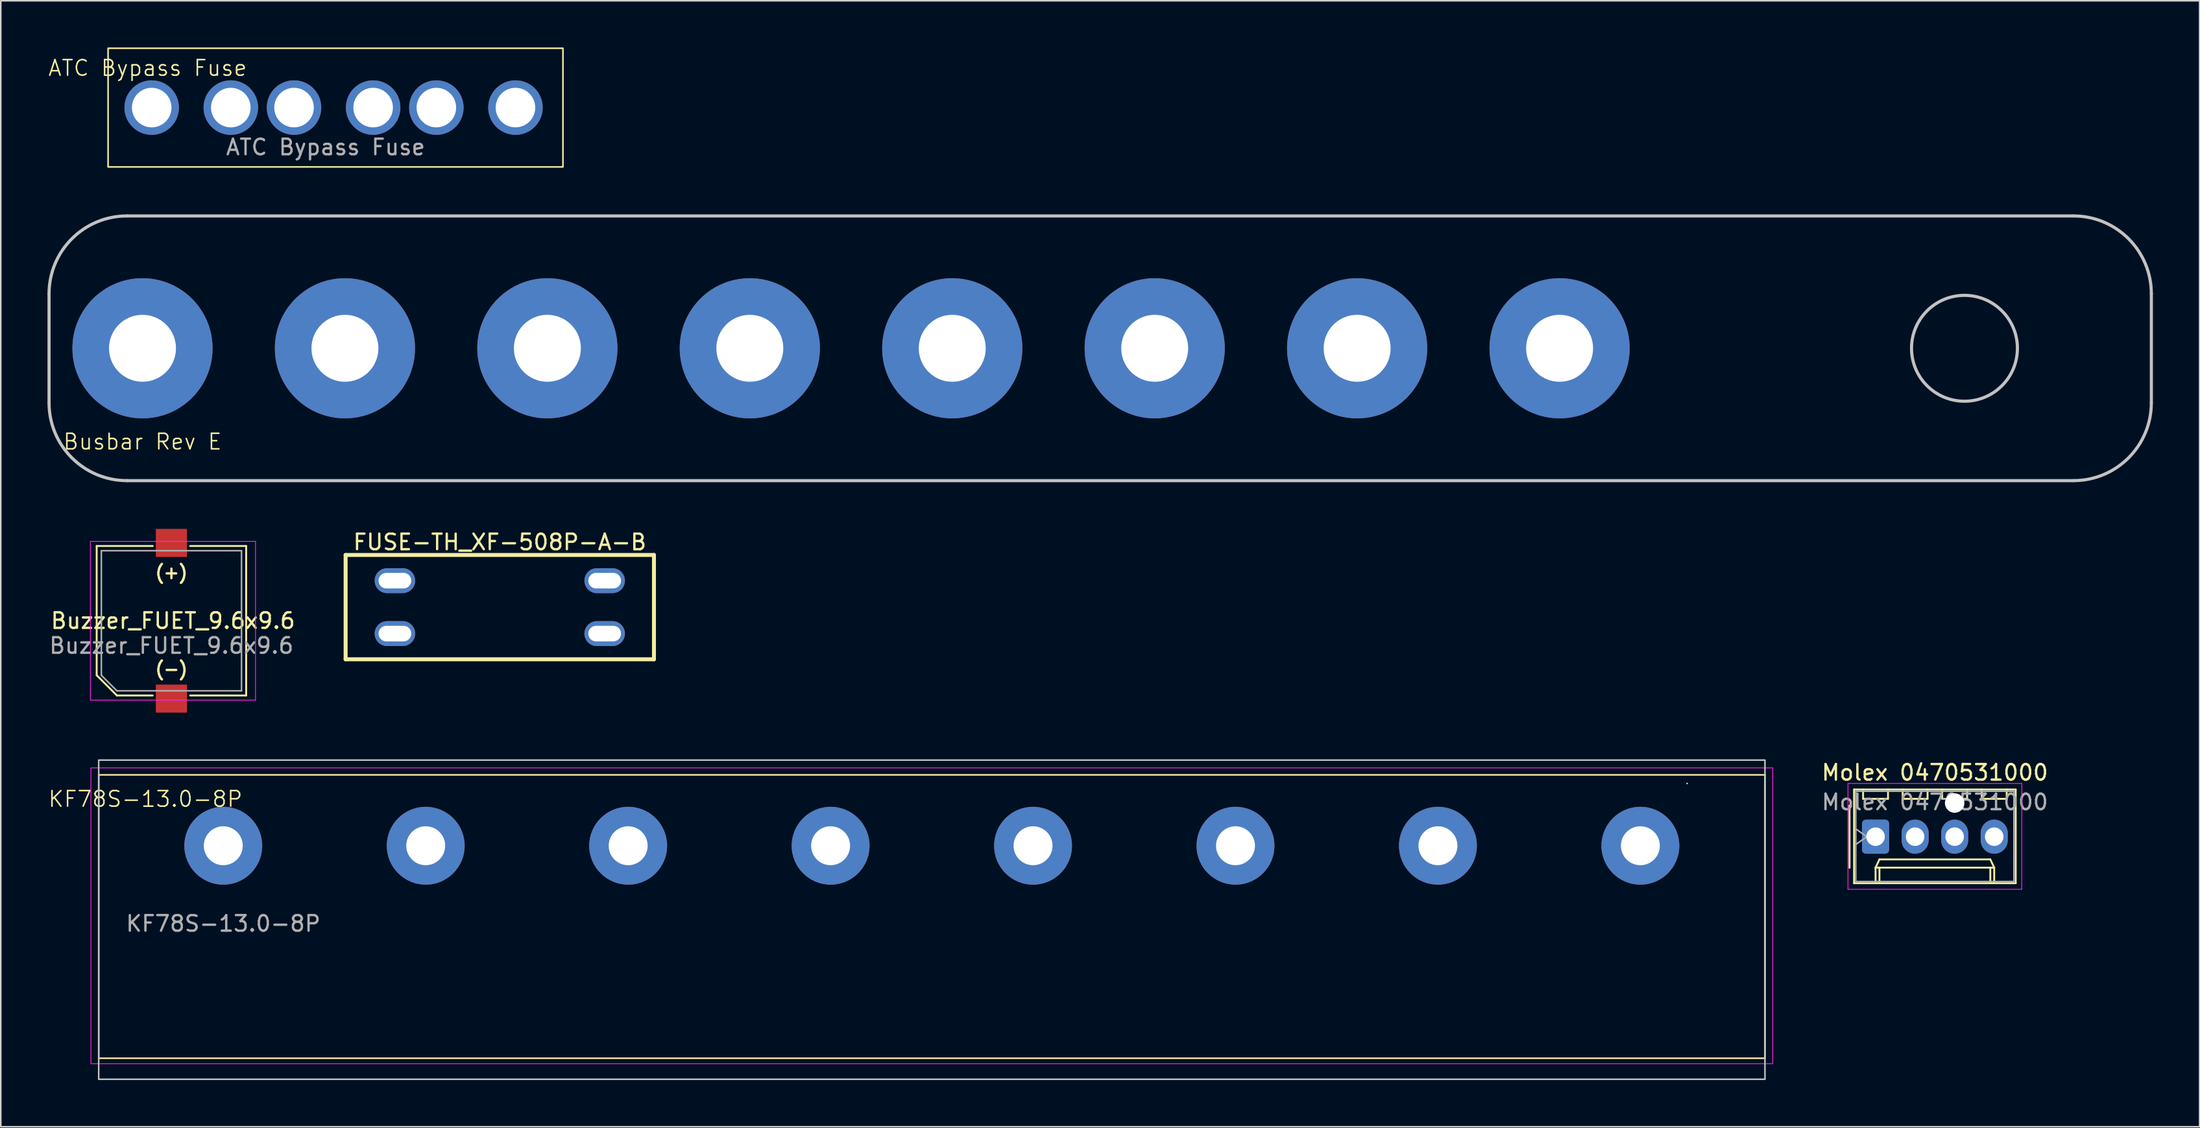
<source format=kicad_pcb>
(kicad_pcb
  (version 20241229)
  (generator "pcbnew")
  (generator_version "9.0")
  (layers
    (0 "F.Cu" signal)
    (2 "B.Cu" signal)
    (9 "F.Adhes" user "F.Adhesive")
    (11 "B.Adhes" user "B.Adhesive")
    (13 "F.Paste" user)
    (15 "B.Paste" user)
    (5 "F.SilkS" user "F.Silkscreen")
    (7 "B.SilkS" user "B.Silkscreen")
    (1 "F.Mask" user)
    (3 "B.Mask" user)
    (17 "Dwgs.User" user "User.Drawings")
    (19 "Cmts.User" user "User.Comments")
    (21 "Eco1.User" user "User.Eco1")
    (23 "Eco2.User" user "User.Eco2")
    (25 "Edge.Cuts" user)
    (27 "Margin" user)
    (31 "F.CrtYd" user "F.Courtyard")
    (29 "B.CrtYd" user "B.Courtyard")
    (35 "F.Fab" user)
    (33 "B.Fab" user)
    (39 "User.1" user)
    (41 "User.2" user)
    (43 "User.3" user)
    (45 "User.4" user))
  (footprint "Molex 0470531000"
    (layer "F.Cu")
    (at 117.39 50.688)
    (property "Reference" "Molex 0470531000" (at 3.81 -4.12 0) (layer "F.SilkS") (effects (font (size 1 1) (thickness 0.15))))
    (attr through_hole)
    (fp_line (start -1.67 -2) (end -1.67 2) (stroke (width 0.12) (type solid)) (layer "F.SilkS"))
    (fp_line (start -1.38 -3.03) (end -1.38 2.99) (stroke (width 0.12) (type solid)) (layer "F.SilkS"))
    (fp_line (start -1.38 2.99) (end 9 2.99) (stroke (width 0.12) (type solid)) (layer "F.SilkS"))
    (fp_line (start -0.8 -3.03) (end -0.8 -2.43) (stroke (width 0.12) (type solid)) (layer "F.SilkS"))
    (fp_line (start -0.8 -2.43) (end 0.8 -2.43) (stroke (width 0.12) (type solid)) (layer "F.SilkS"))
    (fp_line (start 0 1.99) (end 0.25 1.46) (stroke (width 0.12) (type solid)) (layer "F.SilkS"))
    (fp_line (start 0 1.99) (end 7.62 1.99) (stroke (width 0.12) (type solid)) (layer "F.SilkS"))
    (fp_line (start 0 2.99) (end 0 1.99) (stroke (width 0.12) (type solid)) (layer "F.SilkS"))
    (fp_line (start 0.25 1.46) (end 7.37 1.46) (stroke (width 0.12) (type solid)) (layer "F.SilkS"))
    (fp_line (start 0.25 2.99) (end 0.25 1.99) (stroke (width 0.12) (type solid)) (layer "F.SilkS"))
    (fp_line (start 0.8 -2.43) (end 0.8 -3.03) (stroke (width 0.12) (type solid)) (layer "F.SilkS"))
    (fp_line (start 1.74 -3.03) (end 1.74 -2.43) (stroke (width 0.12) (type solid)) (layer "F.SilkS"))
    (fp_line (start 1.74 -2.43) (end 3.34 -2.43) (stroke (width 0.12) (type solid)) (layer "F.SilkS"))
    (fp_line (start 3.34 -2.43) (end 3.34 -3.03) (stroke (width 0.12) (type solid)) (layer "F.SilkS"))
    (fp_line (start 4.28 -3.03) (end 4.28 -2.43) (stroke (width 0.12) (type solid)) (layer "F.SilkS"))
    (fp_line (start 5.88 -2.43) (end 5.88 -3.03) (stroke (width 0.12) (type solid)) (layer "F.SilkS"))
    (fp_line (start 6.82 -3.03) (end 6.82 -2.43) (stroke (width 0.12) (type solid)) (layer "F.SilkS"))
    (fp_line (start 6.82 -2.43) (end 8.42 -2.43) (stroke (width 0.12) (type solid)) (layer "F.SilkS"))
    (fp_line (start 7.37 1.46) (end 7.62 1.99) (stroke (width 0.12) (type solid)) (layer "F.SilkS"))
    (fp_line (start 7.37 2.99) (end 7.37 1.99) (stroke (width 0.12) (type solid)) (layer "F.SilkS"))
    (fp_line (start 7.62 1.99) (end 7.62 2.99) (stroke (width 0.12) (type solid)) (layer "F.SilkS"))
    (fp_line (start 8.42 -2.43) (end 8.42 -3.03) (stroke (width 0.12) (type solid)) (layer "F.SilkS"))
    (fp_line (start 9 -3.03) (end -1.38 -3.03) (stroke (width 0.12) (type solid)) (layer "F.SilkS"))
    (fp_line (start 9 2.99) (end 9 -3.03) (stroke (width 0.12) (type solid)) (layer "F.SilkS"))
    (fp_line (start 4.28 -2.43) (end 5.88 -2.43) (stroke (width 0.12) (type solid)) (layer "Dwgs.User"))
    (fp_line (start -1.77 -3.42) (end -1.77 3.38) (stroke (width 0.05) (type solid)) (layer "F.CrtYd"))
    (fp_line (start -1.77 3.38) (end 9.39 3.38) (stroke (width 0.05) (type solid)) (layer "F.CrtYd"))
    (fp_line (start 9.39 -3.42) (end -1.77 -3.42) (stroke (width 0.05) (type solid)) (layer "F.CrtYd"))
    (fp_line (start 9.39 3.38) (end 9.39 -3.42) (stroke (width 0.05) (type solid)) (layer "F.CrtYd"))
    (fp_line (start -1.27 -2.92) (end -1.27 2.88) (stroke (width 0.1) (type solid)) (layer "F.Fab"))
    (fp_line (start -1.27 -0.5) (end -0.563 0) (stroke (width 0.1) (type solid)) (layer "F.Fab"))
    (fp_line (start -1.27 2.88) (end 8.89 2.88) (stroke (width 0.1) (type solid)) (layer "F.Fab"))
    (fp_line (start -0.563 0) (end -1.27 0.5) (stroke (width 0.1) (type solid)) (layer "F.Fab"))
    (fp_line (start 8.89 -2.92) (end -1.27 -2.92) (stroke (width 0.1) (type solid)) (layer "F.Fab"))
    (fp_line (start 8.89 2.88) (end 8.89 -2.92) (stroke (width 0.1) (type solid)) (layer "F.Fab"))
    (fp_text user "${REFERENCE}" (at 3.81 -2.22 0) (layer "F.Fab") (effects (font (size 1 1) (thickness 0.15))))
    (pad "" np_thru_hole circle (at 5.08 -2.16) (size 1.25 1.25) (drill 1.25) (layers "*.Cu" "*.Mask"))
    (pad "1" thru_hole roundrect (at 0 0) (size 1.74 2.19) (drill 1.19) (layers "*.Cu" "*.Mask") (roundrect_rratio 0.144))
    (pad "2" thru_hole oval (at 2.54 0) (size 1.74 2.19) (drill 1.19) (layers "*.Cu" "*.Mask"))
    (pad "3" thru_hole oval (at 5.08 0) (size 1.74 2.19) (drill 1.19) (layers "*.Cu" "*.Mask"))
    (pad "4" thru_hole oval (at 7.62 0) (size 1.74 2.19) (drill 1.19) (layers "*.Cu" "*.Mask")))
  (footprint "Busbar Rev E"
    (layer "F.Cu")
    (at 6.1 19.32)
    (property "Reference" "Busbar Rev E" (at 0 6 0) (unlocked yes) (layer "F.SilkS") (effects (font (size 1 1) (thickness 0.1))))
    (attr through_hole)
    (fp_line (start -6 -3.5) (end -6 3.5) (stroke (width 0.2) (type default)) (layer "Dwgs.User"))
    (fp_line (start -1 -8.5) (end 124 -8.5) (stroke (width 0.2) (type default)) (layer "Dwgs.User"))
    (fp_line (start 124 8.5) (end -1 8.5) (stroke (width 0.2) (type default)) (layer "Dwgs.User"))
    (fp_line (start 129 -3.5) (end 129 3.5) (stroke (width 0.2) (type default)) (layer "Dwgs.User"))
    (fp_arc (start -6 -3.5) (mid -4.535534 -7.035534) (end -1.000001 -8.5) (stroke (width 0.2) (type default)) (layer "Dwgs.User"))
    (fp_arc (start -1 8.5) (mid -4.535534 7.035534) (end -6 3.499999) (stroke (width 0.2) (type default)) (layer "Dwgs.User"))
    (fp_arc (start 124 -8.5) (mid 127.535534 -7.035534) (end 129 -3.5) (stroke (width 0.2) (type default)) (layer "Dwgs.User"))
    (fp_arc (start 129 3.5) (mid 127.535534 7.035534) (end 124 8.5) (stroke (width 0.2) (type default)) (layer "Dwgs.User"))
    (fp_circle (center 0 0) (end 1.65 0) (stroke (width 0.2) (type default)) (fill no) (layer "Dwgs.User"))
    (fp_circle (center 13 0) (end 14.65 0) (stroke (width 0.2) (type default)) (fill no) (layer "Dwgs.User"))
    (fp_circle (center 26 0) (end 27.65 0) (stroke (width 0.2) (type default)) (fill no) (layer "Dwgs.User"))
    (fp_circle (center 39 0) (end 40.65 0) (stroke (width 0.2) (type default)) (fill no) (layer "Dwgs.User"))
    (fp_circle (center 52 0) (end 53.65 0) (stroke (width 0.2) (type default)) (fill no) (layer "Dwgs.User"))
    (fp_circle (center 65 0) (end 66.65 0) (stroke (width 0.2) (type default)) (fill no) (layer "Dwgs.User"))
    (fp_circle (center 78 0) (end 79.65 0) (stroke (width 0.2) (type default)) (fill no) (layer "Dwgs.User"))
    (fp_circle (center 91 0) (end 92.65 0) (stroke (width 0.2) (type default)) (fill no) (layer "Dwgs.User"))
    (fp_circle (center 117 0) (end 120.4 0) (stroke (width 0.2) (type default)) (fill no) (layer "Dwgs.User"))
    (pad "1" thru_hole circle (at 0 0) (size 9 9) (drill 4.3) (layers "*.Cu" "*.Mask"))
    (pad "2" thru_hole circle (at 13 0) (size 9 9) (drill 4.3) (layers "*.Cu" "*.Mask"))
    (pad "3" thru_hole circle (at 26 0) (size 9 9) (drill 4.3) (layers "*.Cu" "*.Mask"))
    (pad "4" thru_hole circle (at 39 0) (size 9 9) (drill 4.3) (layers "*.Cu" "*.Mask"))
    (pad "5" thru_hole circle (at 52 0) (size 9 9) (drill 4.3) (layers "*.Cu" "*.Mask"))
    (pad "6" thru_hole circle (at 65 0) (size 9 9) (drill 4.3) (layers "*.Cu" "*.Mask"))
    (pad "7" thru_hole circle (at 78 0) (size 9 9) (drill 4.3) (layers "*.Cu" "*.Mask"))
    (pad "8" thru_hole circle (at 91 0) (size 9 9) (drill 4.3) (layers "*.Cu" "*.Mask")))
  (footprint "Buzzer_FUET_9.6x9.6"
    (layer "F.Cu")
    (at 7.958 36.82)
    (property "Reference" "Buzzer_FUET_9.6x9.6" (at 0.1 0 0) (layer "F.SilkS") (effects (font (size 1 1) (thickness 0.15))))
    (attr smd)
    (fp_line (start -4.8 -4.8) (end -1.2 -4.8) (stroke (width 0.12) (type solid)) (layer "F.SilkS"))
    (fp_line (start -4.8 3.5) (end -4.8 -4.8) (stroke (width 0.12) (type solid)) (layer "F.SilkS"))
    (fp_line (start -4.8 3.5) (end -3.5 4.8) (stroke (width 0.12) (type solid)) (layer "F.SilkS"))
    (fp_line (start -3.5 4.8) (end -1.2 4.8) (stroke (width 0.12) (type solid)) (layer "F.SilkS"))
    (fp_line (start 1.2 -4.8) (end 4.8 -4.8) (stroke (width 0.12) (type solid)) (layer "F.SilkS"))
    (fp_line (start 1.2 4.8) (end 4.8 4.8) (stroke (width 0.12) (type solid)) (layer "F.SilkS"))
    (fp_line (start 4.8 -4.8) (end 4.8 4.8) (stroke (width 0.12) (type solid)) (layer "F.SilkS"))
    (fp_line (start -5.2 -5.1) (end 5.4 -5.1) (stroke (width 0.05) (type solid)) (layer "F.CrtYd"))
    (fp_line (start -5.2 5.1) (end -5.2 -5.1) (stroke (width 0.05) (type solid)) (layer "F.CrtYd"))
    (fp_line (start 5.4 -5.1) (end 5.4 5.1) (stroke (width 0.05) (type solid)) (layer "F.CrtYd"))
    (fp_line (start 5.4 5.1) (end -5.2 5.1) (stroke (width 0.05) (type solid)) (layer "F.CrtYd"))
    (fp_line (start -4.5 -4.5) (end -4.5 3.5) (stroke (width 0.1) (type solid)) (layer "F.Fab"))
    (fp_line (start -4.5 3.5) (end -3.5 4.5) (stroke (width 0.1) (type solid)) (layer "F.Fab"))
    (fp_line (start -3.5 4.5) (end 4.5 4.5) (stroke (width 0.1) (type solid)) (layer "F.Fab"))
    (fp_line (start 4.5 -4.5) (end -4.5 -4.5) (stroke (width 0.1) (type solid)) (layer "F.Fab"))
    (fp_line (start 4.5 4.5) (end 4.5 -4.5) (stroke (width 0.1) (type solid)) (layer "F.Fab"))
    (fp_text user "(-)" (at 0 3.1 0) (unlocked yes) (layer "F.SilkS") (effects (font (size 0.8 0.8) (thickness 0.15) (bold yes))))
    (fp_text user "(+)" (at 0 -3.1 0) (unlocked yes) (layer "F.SilkS") (effects (font (size 0.8 0.8) (thickness 0.15) (bold yes))))
    (fp_text user "${REFERENCE}" (at 0 1.6 0) (layer "F.Fab") (effects (font (size 1 1) (thickness 0.15))))
    (pad "1" smd rect (at 0 -5 270) (size 1.8 2) (layers "F.Cu" "F.Mask" "F.Paste"))
    (pad "2" smd rect (at 0 5 270) (size 1.8 2) (layers "F.Cu" "F.Mask" "F.Paste")))
  (footprint "ATC Bypass Fuse"
    (layer "F.Cu")
    (at 18.371 3.86)
    (property "Reference" "ATC Bypass Fuse" (at -11.94 -2.54 0) (unlocked yes) (layer "F.SilkS") (effects (font (size 1 1) (thickness 0.1))))
    (attr through_hole)
    (fp_rect (start -14.48 -3.81) (end 14.73 3.81) (stroke (width 0.1) (type default)) (fill no) (layer "F.SilkS"))
    (fp_text user "${REFERENCE}" (at -0.51 2.54 0) (unlocked yes) (layer "F.Fab") (effects (font (size 1 1) (thickness 0.15))))
    (pad "1" thru_hole circle (at -11.68 0) (size 3.5 3.5) (drill 2.54) (layers "*.Cu" "*.Mask"))
    (pad "1" thru_hole circle (at -6.6 0) (size 3.5 3.5) (drill 2.54) (layers "*.Cu" "*.Mask"))
    (pad "2" thru_hole circle (at -2.54 0) (size 3.5 3.5) (drill 2.54) (layers "*.Cu" "*.Mask"))
    (pad "2" thru_hole circle (at 2.54 0) (size 3.5 3.5) (drill 2.54) (layers "*.Cu" "*.Mask"))
    (pad "3" thru_hole circle (at 6.6 0) (size 3.5 3.5) (drill 2.54) (layers "*.Cu" "*.Mask"))
    (pad "3" thru_hole circle (at 11.68 0) (size 3.5 3.5) (drill 2.54) (layers "*.Cu" "*.Mask")))
  (footprint "KF78S-13.0-8P"
    (layer "F.Cu")
    (at 11.288 51.27)
    (property "Reference" "KF78S-13.0-8P" (at -5 -3 0) (unlocked yes) (layer "F.SilkS") (effects (font (size 1 1) (thickness 0.1))))
    (attr through_hole)
    (fp_line (start -8 -4.55) (end -8 13.65) (stroke (width 0.1) (type default)) (layer "F.SilkS"))
    (fp_line (start -8 -4.55) (end 99 -4.55) (stroke (width 0.1) (type default)) (layer "F.SilkS"))
    (fp_line (start -8 13.65) (end 99 13.65) (stroke (width 0.1) (type default)) (layer "F.SilkS"))
    (fp_line (start 94 -4) (end 94 -4) (stroke (width 0.1) (type default)) (layer "F.SilkS"))
    (fp_line (start 99 -4.55) (end 99 13.65) (stroke (width 0.1) (type default)) (layer "F.SilkS"))
    (fp_rect (start -8 -5.5) (end 99 15) (stroke (width 0.1) (type default)) (fill no) (layer "Dwgs.User"))
    (fp_rect (start -8.5 -5) (end 99.5 14) (stroke (width 0.05) (type default)) (fill no) (layer "F.CrtYd"))
    (fp_text user "${REFERENCE}" (at 0 5 0) (unlocked yes) (layer "F.Fab") (effects (font (size 1 1) (thickness 0.15))))
    (pad "1" thru_hole circle (at 0 0) (size 5 5) (drill 2.5) (layers "*.Cu" "*.Mask"))
    (pad "2" thru_hole circle (at 13 0) (size 5 5) (drill 2.5) (layers "*.Cu" "*.Mask"))
    (pad "3" thru_hole circle (at 26 0) (size 5 5) (drill 2.5) (layers "*.Cu" "*.Mask"))
    (pad "4" thru_hole circle (at 39 0) (size 5 5) (drill 2.5) (layers "*.Cu" "*.Mask"))
    (pad "5" thru_hole circle (at 52 0) (size 5 5) (drill 2.5) (layers "*.Cu" "*.Mask"))
    (pad "6" thru_hole circle (at 65 0) (size 5 5) (drill 2.5) (layers "*.Cu" "*.Mask"))
    (pad "7" thru_hole circle (at 78 0) (size 5 5) (drill 2.5) (layers "*.Cu" "*.Mask"))
    (pad "8" thru_hole circle (at 91 0) (size 5 5) (drill 2.5) (layers "*.Cu" "*.Mask")))
  (footprint "FUSE-TH_XF-508P-A-B"
    (layer "F.Cu")
    (at 29.044 35.945)
    (property "Reference" "FUSE-TH_XF-508P-A-B" (at 0 -4.177 0) (layer "F.SilkS") (effects (font (size 1 1) (thickness 0.15))))
    (fp_line (start -9.9 -3.35) (end -9.9 3.35) (stroke (width 0.254) (type default)) (layer "F.SilkS"))
    (fp_line (start -9.9 3.35) (end 9.9 3.35) (stroke (width 0.254) (type default)) (layer "F.SilkS"))
    (fp_line (start 9.9 -3.35) (end -9.9 -3.35) (stroke (width 0.254) (type default)) (layer "F.SilkS"))
    (fp_line (start 9.9 3.35) (end 9.9 -3.35) (stroke (width 0.254) (type default)) (layer "F.SilkS"))
    (fp_poly (pts (xy -7.535 -1.9) (xy -5.935 -1.9) (xy -5.935 -1.5) (xy -7.535 -1.5)) (stroke (width 0.1) (type default)) (fill no) (layer "User.1"))
    (fp_poly (pts (xy -7.535 1.5) (xy -5.935 1.5) (xy -5.935 1.9) (xy -7.535 1.9)) (stroke (width 0.1) (type default)) (fill no) (layer "User.1"))
    (fp_poly (pts (xy 5.935 -1.9) (xy 7.535 -1.9) (xy 7.535 -1.5) (xy 5.935 -1.5)) (stroke (width 0.1) (type default)) (fill no) (layer "User.1"))
    (fp_poly (pts (xy 5.935 1.5) (xy 7.535 1.5) (xy 7.535 1.9) (xy 5.935 1.9)) (stroke (width 0.1) (type default)) (fill no) (layer "User.1"))
    (fp_line (start -9.9 -3.35) (end 9.9 -3.35) (stroke (width 0.051) (type default)) (layer "User.2"))
    (fp_line (start -9.9 3.35) (end -9.9 -3.35) (stroke (width 0.051) (type default)) (layer "User.2"))
    (fp_line (start 9.9 -3.35) (end 9.9 3.35) (stroke (width 0.051) (type default)) (layer "User.2"))
    (fp_line (start 9.9 3.35) (end -9.9 3.35) (stroke (width 0.051) (type default)) (layer "User.2"))
    (fp_poly (pts (xy -9.845 -3.373) (xy -9.877 -3.405) (xy -9.923 -3.405) (xy -9.955 -3.373) (xy -9.955 -3.327) (xy -9.923 -3.295) (xy -9.877 -3.295) (xy -9.845 -3.327)) (stroke (width 0.1) (type default)) (fill no) (layer "User.3"))
    (pad "1" thru_hole oval (at -6.735 -1.7) (size 2.6 1.6) (drill oval 2.1 1) (layers "*.Cu" "*.Mask"))
    (pad "1" thru_hole oval (at -6.735 1.7) (size 2.6 1.6) (drill oval 2.1 1) (layers "*.Cu" "*.Mask"))
    (pad "2" thru_hole oval (at 6.735 -1.7) (size 2.6 1.6) (drill oval 2.1 1) (layers "*.Cu" "*.Mask"))
    (pad "2" thru_hole oval (at 6.735 1.7) (size 2.6 1.6) (drill oval 2.1 1) (layers "*.Cu" "*.Mask")))
  (gr_rect
    (start -3 -3)
    (end 138.2 69.32)
    (stroke (width 0.1) (type default))
    (fill no)
    (layer "Edge.Cuts")))
</source>
